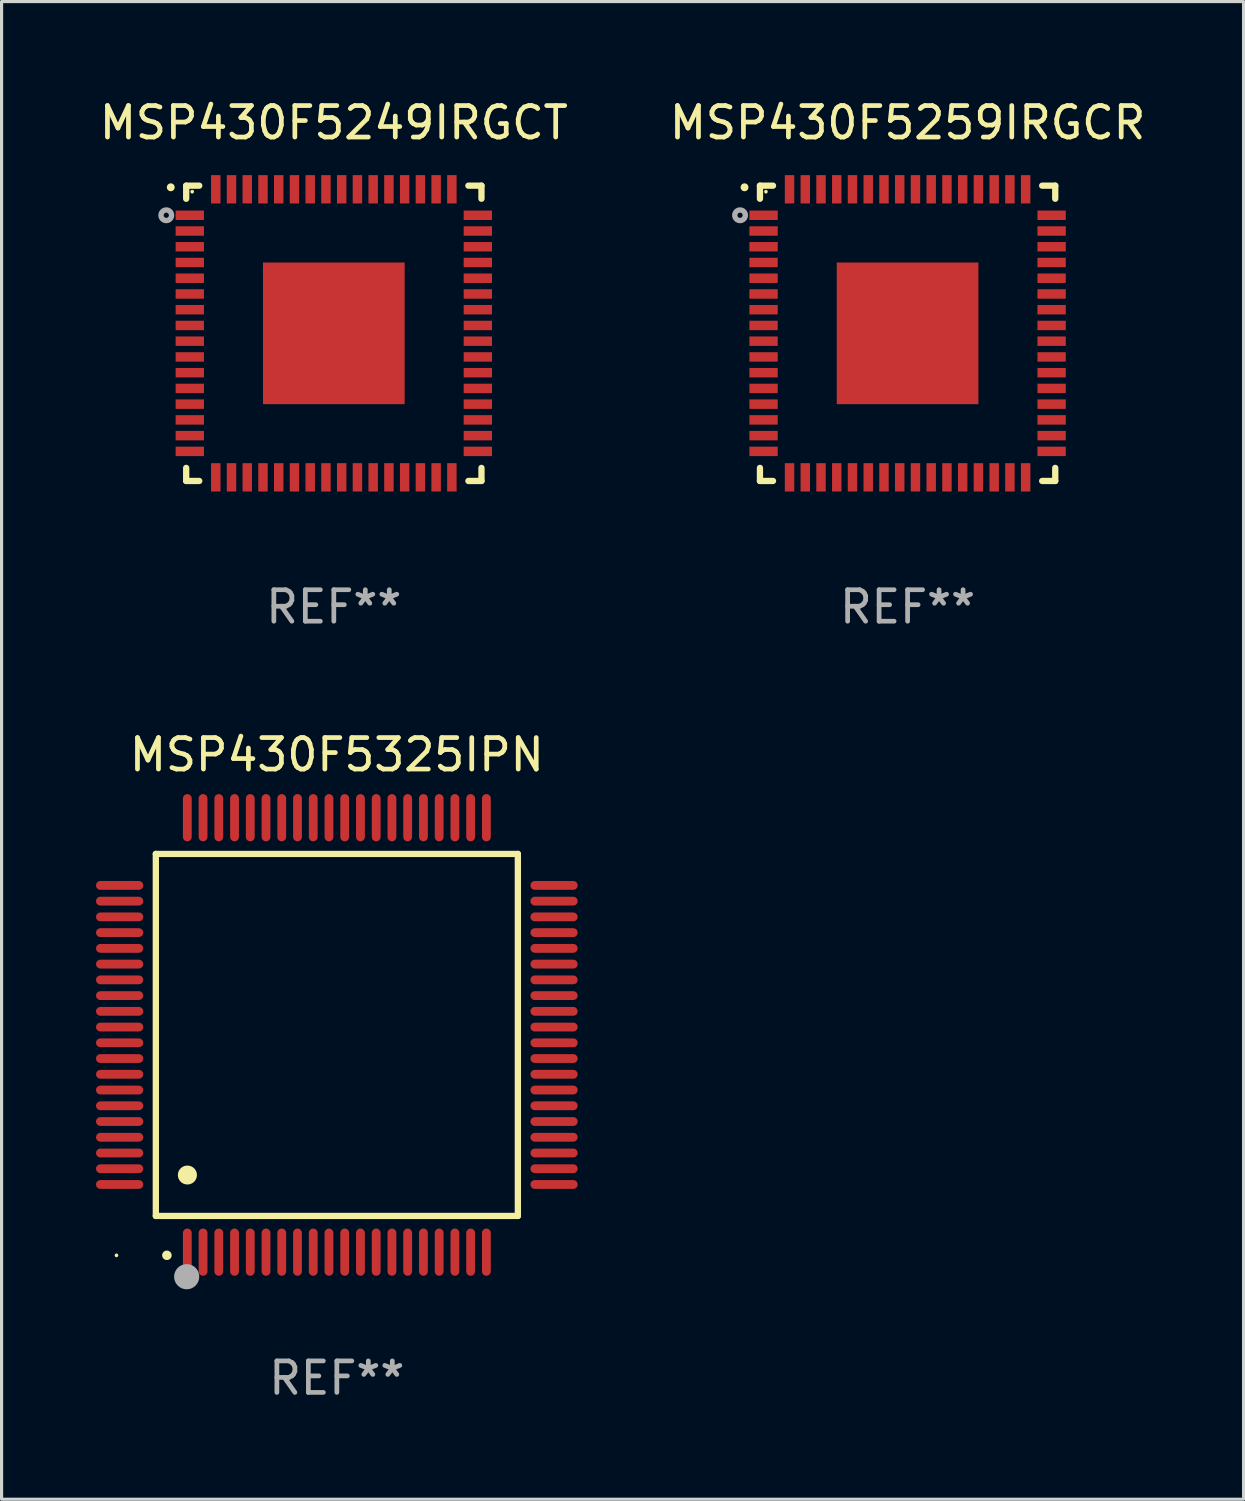
<source format=kicad_pcb>
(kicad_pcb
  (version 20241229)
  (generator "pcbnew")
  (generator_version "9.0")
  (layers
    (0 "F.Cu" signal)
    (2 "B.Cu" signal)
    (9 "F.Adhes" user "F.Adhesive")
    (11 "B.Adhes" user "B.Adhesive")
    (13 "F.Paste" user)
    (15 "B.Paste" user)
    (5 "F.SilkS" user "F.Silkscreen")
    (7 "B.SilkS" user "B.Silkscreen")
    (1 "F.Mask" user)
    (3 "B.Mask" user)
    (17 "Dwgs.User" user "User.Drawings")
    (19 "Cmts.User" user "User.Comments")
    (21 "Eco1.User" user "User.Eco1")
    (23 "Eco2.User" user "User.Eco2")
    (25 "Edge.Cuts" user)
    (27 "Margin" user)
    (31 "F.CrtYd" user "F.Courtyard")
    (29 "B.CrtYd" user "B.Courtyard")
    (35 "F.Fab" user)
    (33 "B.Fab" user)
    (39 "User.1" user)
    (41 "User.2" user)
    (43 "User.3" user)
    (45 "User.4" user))
  (footprint "MSP430F5325IPN"
    (layer "F.Cu")
    (at 7.65 29.825)
    (property "Reference" "MSP430F5325IPN" (at 0 -8.9 0) (layer "F.SilkS") (effects (font (size 1 1) (thickness 0.15))))
    (attr through_hole)
    (fp_line (start -5.75 -5.75) (end 5.75 -5.75) (stroke (width 0.2) (type solid)) (layer "F.SilkS"))
    (fp_line (start -5.75 5.75) (end -5.75 -5.75) (stroke (width 0.2) (type solid)) (layer "F.SilkS"))
    (fp_line (start 5.75 -5.75) (end 5.75 5.75) (stroke (width 0.2) (type solid)) (layer "F.SilkS"))
    (fp_line (start 5.75 5.75) (end -5.75 5.75) (stroke (width 0.2) (type solid)) (layer "F.SilkS"))
    (fp_arc (start -5.400051 7.000254) (mid -5.398781 7.000249) (end -5.397511 7.000254) (stroke (width 0.3) (type solid)) (layer "F.SilkS"))
    (fp_arc (start -4.749809 4.450089) (mid -4.747269 4.450078) (end -4.744729 4.450089) (stroke (width 0.6) (type solid)) (layer "F.SilkS"))
    (fp_circle (center -7 7) (end -6.97 7) (stroke (width 0.06) (type solid)) (fill no) (layer "F.SilkS"))
    (fp_circle (center -4.77 7.68) (end -4.57 7.68) (stroke (width 0.4) (type solid)) (fill no) (layer "F.Fab"))
    (fp_text user "REF**" (at 0 10.9 0) (layer "F.Fab") (effects (font (size 1 1) (thickness 0.15))))
    (pad "1" smd oval (at -4.75 6.9) (size 0.28 1.5) (layers "F.Cu" "F.Mask" "F.Paste"))
    (pad "2" smd oval (at -4.25 6.9) (size 0.28 1.5) (layers "F.Cu" "F.Mask" "F.Paste"))
    (pad "3" smd oval (at -3.75 6.9) (size 0.28 1.5) (layers "F.Cu" "F.Mask" "F.Paste"))
    (pad "4" smd oval (at -3.25 6.9) (size 0.28 1.5) (layers "F.Cu" "F.Mask" "F.Paste"))
    (pad "5" smd oval (at -2.75 6.9) (size 0.28 1.5) (layers "F.Cu" "F.Mask" "F.Paste"))
    (pad "6" smd oval (at -2.25 6.9) (size 0.28 1.5) (layers "F.Cu" "F.Mask" "F.Paste"))
    (pad "7" smd oval (at -1.75 6.9) (size 0.28 1.5) (layers "F.Cu" "F.Mask" "F.Paste"))
    (pad "8" smd oval (at -1.25 6.9) (size 0.28 1.5) (layers "F.Cu" "F.Mask" "F.Paste"))
    (pad "9" smd oval (at -0.75 6.9) (size 0.28 1.5) (layers "F.Cu" "F.Mask" "F.Paste"))
    (pad "10" smd oval (at -0.25 6.9) (size 0.28 1.5) (layers "F.Cu" "F.Mask" "F.Paste"))
    (pad "11" smd oval (at 0.25 6.9) (size 0.28 1.5) (layers "F.Cu" "F.Mask" "F.Paste"))
    (pad "12" smd oval (at 0.75 6.9) (size 0.28 1.5) (layers "F.Cu" "F.Mask" "F.Paste"))
    (pad "13" smd oval (at 1.25 6.9) (size 0.28 1.5) (layers "F.Cu" "F.Mask" "F.Paste"))
    (pad "14" smd oval (at 1.75 6.9) (size 0.28 1.5) (layers "F.Cu" "F.Mask" "F.Paste"))
    (pad "15" smd oval (at 2.25 6.9) (size 0.28 1.5) (layers "F.Cu" "F.Mask" "F.Paste"))
    (pad "16" smd oval (at 2.75 6.9) (size 0.28 1.5) (layers "F.Cu" "F.Mask" "F.Paste"))
    (pad "17" smd oval (at 3.25 6.9) (size 0.28 1.5) (layers "F.Cu" "F.Mask" "F.Paste"))
    (pad "18" smd oval (at 3.75 6.9) (size 0.28 1.5) (layers "F.Cu" "F.Mask" "F.Paste"))
    (pad "19" smd oval (at 4.25 6.9) (size 0.28 1.5) (layers "F.Cu" "F.Mask" "F.Paste"))
    (pad "20" smd oval (at 4.75 6.9) (size 0.28 1.5) (layers "F.Cu" "F.Mask" "F.Paste"))
    (pad "21" smd oval (at 6.9 4.75) (size 1.5 0.28) (layers "F.Cu" "F.Mask" "F.Paste"))
    (pad "22" smd oval (at 6.9 4.25) (size 1.5 0.28) (layers "F.Cu" "F.Mask" "F.Paste"))
    (pad "23" smd oval (at 6.9 3.75) (size 1.5 0.28) (layers "F.Cu" "F.Mask" "F.Paste"))
    (pad "24" smd oval (at 6.9 3.25) (size 1.5 0.28) (layers "F.Cu" "F.Mask" "F.Paste"))
    (pad "25" smd oval (at 6.9 2.75) (size 1.5 0.28) (layers "F.Cu" "F.Mask" "F.Paste"))
    (pad "26" smd oval (at 6.9 2.25) (size 1.5 0.28) (layers "F.Cu" "F.Mask" "F.Paste"))
    (pad "27" smd oval (at 6.9 1.75) (size 1.5 0.28) (layers "F.Cu" "F.Mask" "F.Paste"))
    (pad "28" smd oval (at 6.9 1.25) (size 1.5 0.28) (layers "F.Cu" "F.Mask" "F.Paste"))
    (pad "29" smd oval (at 6.9 0.75) (size 1.5 0.28) (layers "F.Cu" "F.Mask" "F.Paste"))
    (pad "30" smd oval (at 6.9 0.25) (size 1.5 0.28) (layers "F.Cu" "F.Mask" "F.Paste"))
    (pad "31" smd oval (at 6.9 -0.25) (size 1.5 0.28) (layers "F.Cu" "F.Mask" "F.Paste"))
    (pad "32" smd oval (at 6.9 -0.75) (size 1.5 0.28) (layers "F.Cu" "F.Mask" "F.Paste"))
    (pad "33" smd oval (at 6.9 -1.25) (size 1.5 0.28) (layers "F.Cu" "F.Mask" "F.Paste"))
    (pad "34" smd oval (at 6.9 -1.75) (size 1.5 0.28) (layers "F.Cu" "F.Mask" "F.Paste"))
    (pad "35" smd oval (at 6.9 -2.25) (size 1.5 0.28) (layers "F.Cu" "F.Mask" "F.Paste"))
    (pad "36" smd oval (at 6.9 -2.75) (size 1.5 0.28) (layers "F.Cu" "F.Mask" "F.Paste"))
    (pad "37" smd oval (at 6.9 -3.25) (size 1.5 0.28) (layers "F.Cu" "F.Mask" "F.Paste"))
    (pad "38" smd oval (at 6.9 -3.75) (size 1.5 0.28) (layers "F.Cu" "F.Mask" "F.Paste"))
    (pad "39" smd oval (at 6.9 -4.25) (size 1.5 0.28) (layers "F.Cu" "F.Mask" "F.Paste"))
    (pad "40" smd oval (at 6.9 -4.75) (size 1.5 0.28) (layers "F.Cu" "F.Mask" "F.Paste"))
    (pad "41" smd oval (at 4.75 -6.9) (size 0.28 1.5) (layers "F.Cu" "F.Mask" "F.Paste"))
    (pad "42" smd oval (at 4.25 -6.9) (size 0.28 1.5) (layers "F.Cu" "F.Mask" "F.Paste"))
    (pad "43" smd oval (at 3.75 -6.9) (size 0.28 1.5) (layers "F.Cu" "F.Mask" "F.Paste"))
    (pad "44" smd oval (at 3.25 -6.9) (size 0.28 1.5) (layers "F.Cu" "F.Mask" "F.Paste"))
    (pad "45" smd oval (at 2.75 -6.9) (size 0.28 1.5) (layers "F.Cu" "F.Mask" "F.Paste"))
    (pad "46" smd oval (at 2.25 -6.9) (size 0.28 1.5) (layers "F.Cu" "F.Mask" "F.Paste"))
    (pad "47" smd oval (at 1.75 -6.9) (size 0.28 1.5) (layers "F.Cu" "F.Mask" "F.Paste"))
    (pad "48" smd oval (at 1.25 -6.9) (size 0.28 1.5) (layers "F.Cu" "F.Mask" "F.Paste"))
    (pad "49" smd oval (at 0.75 -6.9) (size 0.28 1.5) (layers "F.Cu" "F.Mask" "F.Paste"))
    (pad "50" smd oval (at 0.25 -6.9) (size 0.28 1.5) (layers "F.Cu" "F.Mask" "F.Paste"))
    (pad "51" smd oval (at -0.25 -6.9) (size 0.28 1.5) (layers "F.Cu" "F.Mask" "F.Paste"))
    (pad "52" smd oval (at -0.75 -6.9) (size 0.28 1.5) (layers "F.Cu" "F.Mask" "F.Paste"))
    (pad "53" smd oval (at -1.25 -6.9) (size 0.28 1.5) (layers "F.Cu" "F.Mask" "F.Paste"))
    (pad "54" smd oval (at -1.75 -6.9) (size 0.28 1.5) (layers "F.Cu" "F.Mask" "F.Paste"))
    (pad "55" smd oval (at -2.25 -6.9) (size 0.28 1.5) (layers "F.Cu" "F.Mask" "F.Paste"))
    (pad "56" smd oval (at -2.75 -6.9) (size 0.28 1.5) (layers "F.Cu" "F.Mask" "F.Paste"))
    (pad "57" smd oval (at -3.25 -6.9) (size 0.28 1.5) (layers "F.Cu" "F.Mask" "F.Paste"))
    (pad "58" smd oval (at -3.75 -6.9) (size 0.28 1.5) (layers "F.Cu" "F.Mask" "F.Paste"))
    (pad "59" smd oval (at -4.25 -6.9) (size 0.28 1.5) (layers "F.Cu" "F.Mask" "F.Paste"))
    (pad "60" smd oval (at -4.75 -6.9) (size 0.28 1.5) (layers "F.Cu" "F.Mask" "F.Paste"))
    (pad "61" smd oval (at -6.9 -4.75) (size 1.5 0.28) (layers "F.Cu" "F.Mask" "F.Paste"))
    (pad "62" smd oval (at -6.9 -4.25) (size 1.5 0.28) (layers "F.Cu" "F.Mask" "F.Paste"))
    (pad "63" smd oval (at -6.9 -3.75) (size 1.5 0.28) (layers "F.Cu" "F.Mask" "F.Paste"))
    (pad "64" smd oval (at -6.9 -3.25) (size 1.5 0.28) (layers "F.Cu" "F.Mask" "F.Paste"))
    (pad "65" smd oval (at -6.9 -2.75) (size 1.5 0.28) (layers "F.Cu" "F.Mask" "F.Paste"))
    (pad "66" smd oval (at -6.9 -2.25) (size 1.5 0.28) (layers "F.Cu" "F.Mask" "F.Paste"))
    (pad "67" smd oval (at -6.9 -1.75) (size 1.5 0.28) (layers "F.Cu" "F.Mask" "F.Paste"))
    (pad "68" smd oval (at -6.9 -1.25) (size 1.5 0.28) (layers "F.Cu" "F.Mask" "F.Paste"))
    (pad "69" smd oval (at -6.9 -0.75) (size 1.5 0.28) (layers "F.Cu" "F.Mask" "F.Paste"))
    (pad "70" smd oval (at -6.9 -0.25) (size 1.5 0.28) (layers "F.Cu" "F.Mask" "F.Paste"))
    (pad "71" smd oval (at -6.9 0.25) (size 1.5 0.28) (layers "F.Cu" "F.Mask" "F.Paste"))
    (pad "72" smd oval (at -6.9 0.75) (size 1.5 0.28) (layers "F.Cu" "F.Mask" "F.Paste"))
    (pad "73" smd oval (at -6.9 1.25) (size 1.5 0.28) (layers "F.Cu" "F.Mask" "F.Paste"))
    (pad "74" smd oval (at -6.9 1.75) (size 1.5 0.28) (layers "F.Cu" "F.Mask" "F.Paste"))
    (pad "75" smd oval (at -6.9 2.25) (size 1.5 0.28) (layers "F.Cu" "F.Mask" "F.Paste"))
    (pad "76" smd oval (at -6.9 2.75) (size 1.5 0.28) (layers "F.Cu" "F.Mask" "F.Paste"))
    (pad "77" smd oval (at -6.9 3.25) (size 1.5 0.28) (layers "F.Cu" "F.Mask" "F.Paste"))
    (pad "78" smd oval (at -6.9 3.75) (size 1.5 0.28) (layers "F.Cu" "F.Mask" "F.Paste"))
    (pad "79" smd oval (at -6.9 4.25) (size 1.5 0.28) (layers "F.Cu" "F.Mask" "F.Paste"))
    (pad "80" smd oval (at -6.9 4.75) (size 1.5 0.28) (layers "F.Cu" "F.Mask" "F.Paste")))
  (footprint "MSP430F5249IRGCT"
    (layer "F.Cu")
    (at 7.554 7.538)
    (property "Reference" "MSP430F5249IRGCT" (at 0 -6.69 0) (layer "F.SilkS") (effects (font (size 1 1) (thickness 0.15))))
    (attr through_hole)
    (fp_line (start -4.69 -4.69) (end -4.275 -4.69) (stroke (width 0.2) (type solid)) (layer "F.SilkS"))
    (fp_line (start -4.69 -4.275) (end -4.69 -4.69) (stroke (width 0.2) (type solid)) (layer "F.SilkS"))
    (fp_line (start -4.69 4.275) (end -4.69 4.69) (stroke (width 0.2) (type solid)) (layer "F.SilkS"))
    (fp_line (start -4.69 4.69) (end -4.275 4.69) (stroke (width 0.2) (type solid)) (layer "F.SilkS"))
    (fp_line (start 4.275 -4.69) (end 4.69 -4.69) (stroke (width 0.2) (type solid)) (layer "F.SilkS"))
    (fp_line (start 4.275 4.69) (end 4.69 4.69) (stroke (width 0.2) (type solid)) (layer "F.SilkS"))
    (fp_line (start 4.69 -4.69) (end 4.69 -4.275) (stroke (width 0.2) (type solid)) (layer "F.SilkS"))
    (fp_line (start 4.69 4.69) (end 4.69 4.275) (stroke (width 0.2) (type solid)) (layer "F.SilkS"))
    (fp_arc (start -5.18001 -4.637338) (mid -5.180016 -4.638608) (end -5.18001 -4.639878) (stroke (width 0.24892) (type solid)) (layer "F.SilkS"))
    (fp_circle (center -4.5 -4.5) (end -4.47 -4.5) (stroke (width 0.06) (type solid)) (fill no) (layer "F.SilkS"))
    (fp_circle (center -5.322 -3.75) (end -5.239 -3.75) (stroke (width 0.17) (type solid)) (fill no) (layer "F.Fab"))
    (fp_text user "REF**" (at 0 8.69 0) (layer "F.Fab") (effects (font (size 1 1) (thickness 0.15))))
    (pad "1" smd rect (at -4.575 -3.75) (size 0.9 0.3) (layers "F.Cu" "F.Mask" "F.Paste"))
    (pad "2" smd rect (at -4.575 -3.25) (size 0.9 0.3) (layers "F.Cu" "F.Mask" "F.Paste"))
    (pad "3" smd rect (at -4.575 -2.75) (size 0.9 0.3) (layers "F.Cu" "F.Mask" "F.Paste"))
    (pad "4" smd rect (at -4.575 -2.25) (size 0.9 0.3) (layers "F.Cu" "F.Mask" "F.Paste"))
    (pad "5" smd rect (at -4.575 -1.75) (size 0.9 0.3) (layers "F.Cu" "F.Mask" "F.Paste"))
    (pad "6" smd rect (at -4.575 -1.25) (size 0.9 0.3) (layers "F.Cu" "F.Mask" "F.Paste"))
    (pad "7" smd rect (at -4.575 -0.75) (size 0.9 0.3) (layers "F.Cu" "F.Mask" "F.Paste"))
    (pad "8" smd rect (at -4.575 -0.25) (size 0.9 0.3) (layers "F.Cu" "F.Mask" "F.Paste"))
    (pad "9" smd rect (at -4.575 0.25) (size 0.9 0.3) (layers "F.Cu" "F.Mask" "F.Paste"))
    (pad "10" smd rect (at -4.575 0.75) (size 0.9 0.3) (layers "F.Cu" "F.Mask" "F.Paste"))
    (pad "11" smd rect (at -4.575 1.25) (size 0.9 0.3) (layers "F.Cu" "F.Mask" "F.Paste"))
    (pad "12" smd rect (at -4.575 1.75) (size 0.9 0.3) (layers "F.Cu" "F.Mask" "F.Paste"))
    (pad "13" smd rect (at -4.575 2.25) (size 0.9 0.3) (layers "F.Cu" "F.Mask" "F.Paste"))
    (pad "14" smd rect (at -4.575 2.75) (size 0.9 0.3) (layers "F.Cu" "F.Mask" "F.Paste"))
    (pad "15" smd rect (at -4.575 3.25) (size 0.9 0.3) (layers "F.Cu" "F.Mask" "F.Paste"))
    (pad "16" smd rect (at -4.575 3.75) (size 0.9 0.3) (layers "F.Cu" "F.Mask" "F.Paste"))
    (pad "17" smd rect (at -3.75 4.575 90) (size 0.9 0.3) (layers "F.Cu" "F.Mask" "F.Paste"))
    (pad "18" smd rect (at -3.25 4.575 90) (size 0.9 0.3) (layers "F.Cu" "F.Mask" "F.Paste"))
    (pad "19" smd rect (at -2.75 4.575 90) (size 0.9 0.3) (layers "F.Cu" "F.Mask" "F.Paste"))
    (pad "20" smd rect (at -2.25 4.575 90) (size 0.9 0.3) (layers "F.Cu" "F.Mask" "F.Paste"))
    (pad "21" smd rect (at -1.75 4.575 90) (size 0.9 0.3) (layers "F.Cu" "F.Mask" "F.Paste"))
    (pad "22" smd rect (at -1.25 4.575 90) (size 0.9 0.3) (layers "F.Cu" "F.Mask" "F.Paste"))
    (pad "23" smd rect (at -0.75 4.575 90) (size 0.9 0.3) (layers "F.Cu" "F.Mask" "F.Paste"))
    (pad "24" smd rect (at -0.25 4.575 90) (size 0.9 0.3) (layers "F.Cu" "F.Mask" "F.Paste"))
    (pad "25" smd rect (at 0.25 4.575 90) (size 0.9 0.3) (layers "F.Cu" "F.Mask" "F.Paste"))
    (pad "26" smd rect (at 0.75 4.575 90) (size 0.9 0.3) (layers "F.Cu" "F.Mask" "F.Paste"))
    (pad "27" smd rect (at 1.25 4.575 90) (size 0.9 0.3) (layers "F.Cu" "F.Mask" "F.Paste"))
    (pad "28" smd rect (at 1.75 4.575 90) (size 0.9 0.3) (layers "F.Cu" "F.Mask" "F.Paste"))
    (pad "29" smd rect (at 2.25 4.575 90) (size 0.9 0.3) (layers "F.Cu" "F.Mask" "F.Paste"))
    (pad "30" smd rect (at 2.75 4.575 90) (size 0.9 0.3) (layers "F.Cu" "F.Mask" "F.Paste"))
    (pad "31" smd rect (at 3.25 4.575 90) (size 0.9 0.3) (layers "F.Cu" "F.Mask" "F.Paste"))
    (pad "32" smd rect (at 3.75 4.575 90) (size 0.9 0.3) (layers "F.Cu" "F.Mask" "F.Paste"))
    (pad "33" smd rect (at 4.575 3.75 180) (size 0.9 0.3) (layers "F.Cu" "F.Mask" "F.Paste"))
    (pad "34" smd rect (at 4.575 3.25) (size 0.9 0.3) (layers "F.Cu" "F.Mask" "F.Paste"))
    (pad "35" smd rect (at 4.575 2.75) (size 0.9 0.3) (layers "F.Cu" "F.Mask" "F.Paste"))
    (pad "36" smd rect (at 4.575 2.25) (size 0.9 0.3) (layers "F.Cu" "F.Mask" "F.Paste"))
    (pad "37" smd rect (at 4.575 1.75) (size 0.9 0.3) (layers "F.Cu" "F.Mask" "F.Paste"))
    (pad "38" smd rect (at 4.575 1.25) (size 0.9 0.3) (layers "F.Cu" "F.Mask" "F.Paste"))
    (pad "39" smd rect (at 4.575 0.75) (size 0.9 0.3) (layers "F.Cu" "F.Mask" "F.Paste"))
    (pad "40" smd rect (at 4.575 0.25) (size 0.9 0.3) (layers "F.Cu" "F.Mask" "F.Paste"))
    (pad "41" smd rect (at 4.575 -0.25) (size 0.9 0.3) (layers "F.Cu" "F.Mask" "F.Paste"))
    (pad "42" smd rect (at 4.575 -0.75) (size 0.9 0.3) (layers "F.Cu" "F.Mask" "F.Paste"))
    (pad "43" smd rect (at 4.575 -1.25) (size 0.9 0.3) (layers "F.Cu" "F.Mask" "F.Paste"))
    (pad "44" smd rect (at 4.575 -1.75) (size 0.9 0.3) (layers "F.Cu" "F.Mask" "F.Paste"))
    (pad "45" smd rect (at 4.575 -2.25) (size 0.9 0.3) (layers "F.Cu" "F.Mask" "F.Paste"))
    (pad "46" smd rect (at 4.575 -2.75) (size 0.9 0.3) (layers "F.Cu" "F.Mask" "F.Paste"))
    (pad "47" smd rect (at 4.575 -3.25) (size 0.9 0.3) (layers "F.Cu" "F.Mask" "F.Paste"))
    (pad "48" smd rect (at 4.575 -3.75) (size 0.9 0.3) (layers "F.Cu" "F.Mask" "F.Paste"))
    (pad "49" smd rect (at 3.75 -4.575 90) (size 0.9 0.3) (layers "F.Cu" "F.Mask" "F.Paste"))
    (pad "50" smd rect (at 3.25 -4.575 90) (size 0.9 0.3) (layers "F.Cu" "F.Mask" "F.Paste"))
    (pad "51" smd rect (at 2.75 -4.575 90) (size 0.9 0.3) (layers "F.Cu" "F.Mask" "F.Paste"))
    (pad "52" smd rect (at 2.25 -4.575 90) (size 0.9 0.3) (layers "F.Cu" "F.Mask" "F.Paste"))
    (pad "53" smd rect (at 1.75 -4.575 90) (size 0.9 0.3) (layers "F.Cu" "F.Mask" "F.Paste"))
    (pad "54" smd rect (at 1.25 -4.575 90) (size 0.9 0.3) (layers "F.Cu" "F.Mask" "F.Paste"))
    (pad "55" smd rect (at 0.75 -4.575 90) (size 0.9 0.3) (layers "F.Cu" "F.Mask" "F.Paste"))
    (pad "56" smd rect (at 0.25 -4.575 90) (size 0.9 0.3) (layers "F.Cu" "F.Mask" "F.Paste"))
    (pad "57" smd rect (at -0.25 -4.575 90) (size 0.9 0.3) (layers "F.Cu" "F.Mask" "F.Paste"))
    (pad "58" smd rect (at -0.75 -4.575 90) (size 0.9 0.3) (layers "F.Cu" "F.Mask" "F.Paste"))
    (pad "59" smd rect (at -1.25 -4.575 90) (size 0.9 0.3) (layers "F.Cu" "F.Mask" "F.Paste"))
    (pad "60" smd rect (at -1.75 -4.575 90) (size 0.9 0.3) (layers "F.Cu" "F.Mask" "F.Paste"))
    (pad "61" smd rect (at -2.25 -4.575 90) (size 0.9 0.3) (layers "F.Cu" "F.Mask" "F.Paste"))
    (pad "62" smd rect (at -2.75 -4.575 90) (size 0.9 0.3) (layers "F.Cu" "F.Mask" "F.Paste"))
    (pad "63" smd rect (at -3.25 -4.575 90) (size 0.9 0.3) (layers "F.Cu" "F.Mask" "F.Paste"))
    (pad "64" smd rect (at -3.75 -4.575 90) (size 0.9 0.3) (layers "F.Cu" "F.Mask" "F.Paste"))
    (pad "65" smd rect (at 0 0.000381) (size 4.5 4.5) (layers "F.Cu" "F.Mask" "F.Paste")))
  (footprint "MSP430F5259IRGCR"
    (layer "F.Cu")
    (at 25.78 7.538)
    (property "Reference" "MSP430F5259IRGCR" (at 0 -6.69 0) (layer "F.SilkS") (effects (font (size 1 1) (thickness 0.15))))
    (attr through_hole)
    (fp_line (start -4.69 -4.69) (end -4.275 -4.69) (stroke (width 0.2) (type solid)) (layer "F.SilkS"))
    (fp_line (start -4.69 -4.275) (end -4.69 -4.69) (stroke (width 0.2) (type solid)) (layer "F.SilkS"))
    (fp_line (start -4.69 4.275) (end -4.69 4.69) (stroke (width 0.2) (type solid)) (layer "F.SilkS"))
    (fp_line (start -4.69 4.69) (end -4.275 4.69) (stroke (width 0.2) (type solid)) (layer "F.SilkS"))
    (fp_line (start 4.275 -4.69) (end 4.69 -4.69) (stroke (width 0.2) (type solid)) (layer "F.SilkS"))
    (fp_line (start 4.275 4.69) (end 4.69 4.69) (stroke (width 0.2) (type solid)) (layer "F.SilkS"))
    (fp_line (start 4.69 -4.69) (end 4.69 -4.275) (stroke (width 0.2) (type solid)) (layer "F.SilkS"))
    (fp_line (start 4.69 4.69) (end 4.69 4.275) (stroke (width 0.2) (type solid)) (layer "F.SilkS"))
    (fp_arc (start -5.18001 -4.637338) (mid -5.180016 -4.638608) (end -5.18001 -4.639878) (stroke (width 0.24892) (type solid)) (layer "F.SilkS"))
    (fp_circle (center -4.5 -4.5) (end -4.47 -4.5) (stroke (width 0.06) (type solid)) (fill no) (layer "F.SilkS"))
    (fp_circle (center -5.322 -3.75) (end -5.239 -3.75) (stroke (width 0.17) (type solid)) (fill no) (layer "F.Fab"))
    (fp_text user "REF**" (at 0 8.69 0) (layer "F.Fab") (effects (font (size 1 1) (thickness 0.15))))
    (pad "1" smd rect (at -4.575 -3.75) (size 0.9 0.3) (layers "F.Cu" "F.Mask" "F.Paste"))
    (pad "2" smd rect (at -4.575 -3.25) (size 0.9 0.3) (layers "F.Cu" "F.Mask" "F.Paste"))
    (pad "3" smd rect (at -4.575 -2.75) (size 0.9 0.3) (layers "F.Cu" "F.Mask" "F.Paste"))
    (pad "4" smd rect (at -4.575 -2.25) (size 0.9 0.3) (layers "F.Cu" "F.Mask" "F.Paste"))
    (pad "5" smd rect (at -4.575 -1.75) (size 0.9 0.3) (layers "F.Cu" "F.Mask" "F.Paste"))
    (pad "6" smd rect (at -4.575 -1.25) (size 0.9 0.3) (layers "F.Cu" "F.Mask" "F.Paste"))
    (pad "7" smd rect (at -4.575 -0.75) (size 0.9 0.3) (layers "F.Cu" "F.Mask" "F.Paste"))
    (pad "8" smd rect (at -4.575 -0.25) (size 0.9 0.3) (layers "F.Cu" "F.Mask" "F.Paste"))
    (pad "9" smd rect (at -4.575 0.25) (size 0.9 0.3) (layers "F.Cu" "F.Mask" "F.Paste"))
    (pad "10" smd rect (at -4.575 0.75) (size 0.9 0.3) (layers "F.Cu" "F.Mask" "F.Paste"))
    (pad "11" smd rect (at -4.575 1.25) (size 0.9 0.3) (layers "F.Cu" "F.Mask" "F.Paste"))
    (pad "12" smd rect (at -4.575 1.75) (size 0.9 0.3) (layers "F.Cu" "F.Mask" "F.Paste"))
    (pad "13" smd rect (at -4.575 2.25) (size 0.9 0.3) (layers "F.Cu" "F.Mask" "F.Paste"))
    (pad "14" smd rect (at -4.575 2.75) (size 0.9 0.3) (layers "F.Cu" "F.Mask" "F.Paste"))
    (pad "15" smd rect (at -4.575 3.25) (size 0.9 0.3) (layers "F.Cu" "F.Mask" "F.Paste"))
    (pad "16" smd rect (at -4.575 3.75) (size 0.9 0.3) (layers "F.Cu" "F.Mask" "F.Paste"))
    (pad "17" smd rect (at -3.75 4.575 90) (size 0.9 0.3) (layers "F.Cu" "F.Mask" "F.Paste"))
    (pad "18" smd rect (at -3.25 4.575 90) (size 0.9 0.3) (layers "F.Cu" "F.Mask" "F.Paste"))
    (pad "19" smd rect (at -2.75 4.575 90) (size 0.9 0.3) (layers "F.Cu" "F.Mask" "F.Paste"))
    (pad "20" smd rect (at -2.25 4.575 90) (size 0.9 0.3) (layers "F.Cu" "F.Mask" "F.Paste"))
    (pad "21" smd rect (at -1.75 4.575 90) (size 0.9 0.3) (layers "F.Cu" "F.Mask" "F.Paste"))
    (pad "22" smd rect (at -1.25 4.575 90) (size 0.9 0.3) (layers "F.Cu" "F.Mask" "F.Paste"))
    (pad "23" smd rect (at -0.75 4.575 90) (size 0.9 0.3) (layers "F.Cu" "F.Mask" "F.Paste"))
    (pad "24" smd rect (at -0.25 4.575 90) (size 0.9 0.3) (layers "F.Cu" "F.Mask" "F.Paste"))
    (pad "25" smd rect (at 0.25 4.575 90) (size 0.9 0.3) (layers "F.Cu" "F.Mask" "F.Paste"))
    (pad "26" smd rect (at 0.75 4.575 90) (size 0.9 0.3) (layers "F.Cu" "F.Mask" "F.Paste"))
    (pad "27" smd rect (at 1.25 4.575 90) (size 0.9 0.3) (layers "F.Cu" "F.Mask" "F.Paste"))
    (pad "28" smd rect (at 1.75 4.575 90) (size 0.9 0.3) (layers "F.Cu" "F.Mask" "F.Paste"))
    (pad "29" smd rect (at 2.25 4.575 90) (size 0.9 0.3) (layers "F.Cu" "F.Mask" "F.Paste"))
    (pad "30" smd rect (at 2.75 4.575 90) (size 0.9 0.3) (layers "F.Cu" "F.Mask" "F.Paste"))
    (pad "31" smd rect (at 3.25 4.575 90) (size 0.9 0.3) (layers "F.Cu" "F.Mask" "F.Paste"))
    (pad "32" smd rect (at 3.75 4.575 90) (size 0.9 0.3) (layers "F.Cu" "F.Mask" "F.Paste"))
    (pad "33" smd rect (at 4.575 3.75 180) (size 0.9 0.3) (layers "F.Cu" "F.Mask" "F.Paste"))
    (pad "34" smd rect (at 4.575 3.25) (size 0.9 0.3) (layers "F.Cu" "F.Mask" "F.Paste"))
    (pad "35" smd rect (at 4.575 2.75) (size 0.9 0.3) (layers "F.Cu" "F.Mask" "F.Paste"))
    (pad "36" smd rect (at 4.575 2.25) (size 0.9 0.3) (layers "F.Cu" "F.Mask" "F.Paste"))
    (pad "37" smd rect (at 4.575 1.75) (size 0.9 0.3) (layers "F.Cu" "F.Mask" "F.Paste"))
    (pad "38" smd rect (at 4.575 1.25) (size 0.9 0.3) (layers "F.Cu" "F.Mask" "F.Paste"))
    (pad "39" smd rect (at 4.575 0.75) (size 0.9 0.3) (layers "F.Cu" "F.Mask" "F.Paste"))
    (pad "40" smd rect (at 4.575 0.25) (size 0.9 0.3) (layers "F.Cu" "F.Mask" "F.Paste"))
    (pad "41" smd rect (at 4.575 -0.25) (size 0.9 0.3) (layers "F.Cu" "F.Mask" "F.Paste"))
    (pad "42" smd rect (at 4.575 -0.75) (size 0.9 0.3) (layers "F.Cu" "F.Mask" "F.Paste"))
    (pad "43" smd rect (at 4.575 -1.25) (size 0.9 0.3) (layers "F.Cu" "F.Mask" "F.Paste"))
    (pad "44" smd rect (at 4.575 -1.75) (size 0.9 0.3) (layers "F.Cu" "F.Mask" "F.Paste"))
    (pad "45" smd rect (at 4.575 -2.25) (size 0.9 0.3) (layers "F.Cu" "F.Mask" "F.Paste"))
    (pad "46" smd rect (at 4.575 -2.75) (size 0.9 0.3) (layers "F.Cu" "F.Mask" "F.Paste"))
    (pad "47" smd rect (at 4.575 -3.25) (size 0.9 0.3) (layers "F.Cu" "F.Mask" "F.Paste"))
    (pad "48" smd rect (at 4.575 -3.75) (size 0.9 0.3) (layers "F.Cu" "F.Mask" "F.Paste"))
    (pad "49" smd rect (at 3.75 -4.575 90) (size 0.9 0.3) (layers "F.Cu" "F.Mask" "F.Paste"))
    (pad "50" smd rect (at 3.25 -4.575 90) (size 0.9 0.3) (layers "F.Cu" "F.Mask" "F.Paste"))
    (pad "51" smd rect (at 2.75 -4.575 90) (size 0.9 0.3) (layers "F.Cu" "F.Mask" "F.Paste"))
    (pad "52" smd rect (at 2.25 -4.575 90) (size 0.9 0.3) (layers "F.Cu" "F.Mask" "F.Paste"))
    (pad "53" smd rect (at 1.75 -4.575 90) (size 0.9 0.3) (layers "F.Cu" "F.Mask" "F.Paste"))
    (pad "54" smd rect (at 1.25 -4.575 90) (size 0.9 0.3) (layers "F.Cu" "F.Mask" "F.Paste"))
    (pad "55" smd rect (at 0.75 -4.575 90) (size 0.9 0.3) (layers "F.Cu" "F.Mask" "F.Paste"))
    (pad "56" smd rect (at 0.25 -4.575 90) (size 0.9 0.3) (layers "F.Cu" "F.Mask" "F.Paste"))
    (pad "57" smd rect (at -0.25 -4.575 90) (size 0.9 0.3) (layers "F.Cu" "F.Mask" "F.Paste"))
    (pad "58" smd rect (at -0.75 -4.575 90) (size 0.9 0.3) (layers "F.Cu" "F.Mask" "F.Paste"))
    (pad "59" smd rect (at -1.25 -4.575 90) (size 0.9 0.3) (layers "F.Cu" "F.Mask" "F.Paste"))
    (pad "60" smd rect (at -1.75 -4.575 90) (size 0.9 0.3) (layers "F.Cu" "F.Mask" "F.Paste"))
    (pad "61" smd rect (at -2.25 -4.575 90) (size 0.9 0.3) (layers "F.Cu" "F.Mask" "F.Paste"))
    (pad "62" smd rect (at -2.75 -4.575 90) (size 0.9 0.3) (layers "F.Cu" "F.Mask" "F.Paste"))
    (pad "63" smd rect (at -3.25 -4.575 90) (size 0.9 0.3) (layers "F.Cu" "F.Mask" "F.Paste"))
    (pad "64" smd rect (at -3.75 -4.575 90) (size 0.9 0.3) (layers "F.Cu" "F.Mask" "F.Paste"))
    (pad "65" smd rect (at 0 0.000381) (size 4.5 4.5) (layers "F.Cu" "F.Mask" "F.Paste")))
  (gr_rect
    (start -3 -3)
    (end 36.452 44.573)
    (stroke (width 0.1) (type default))
    (fill no)
    (layer "Edge.Cuts")))
</source>
